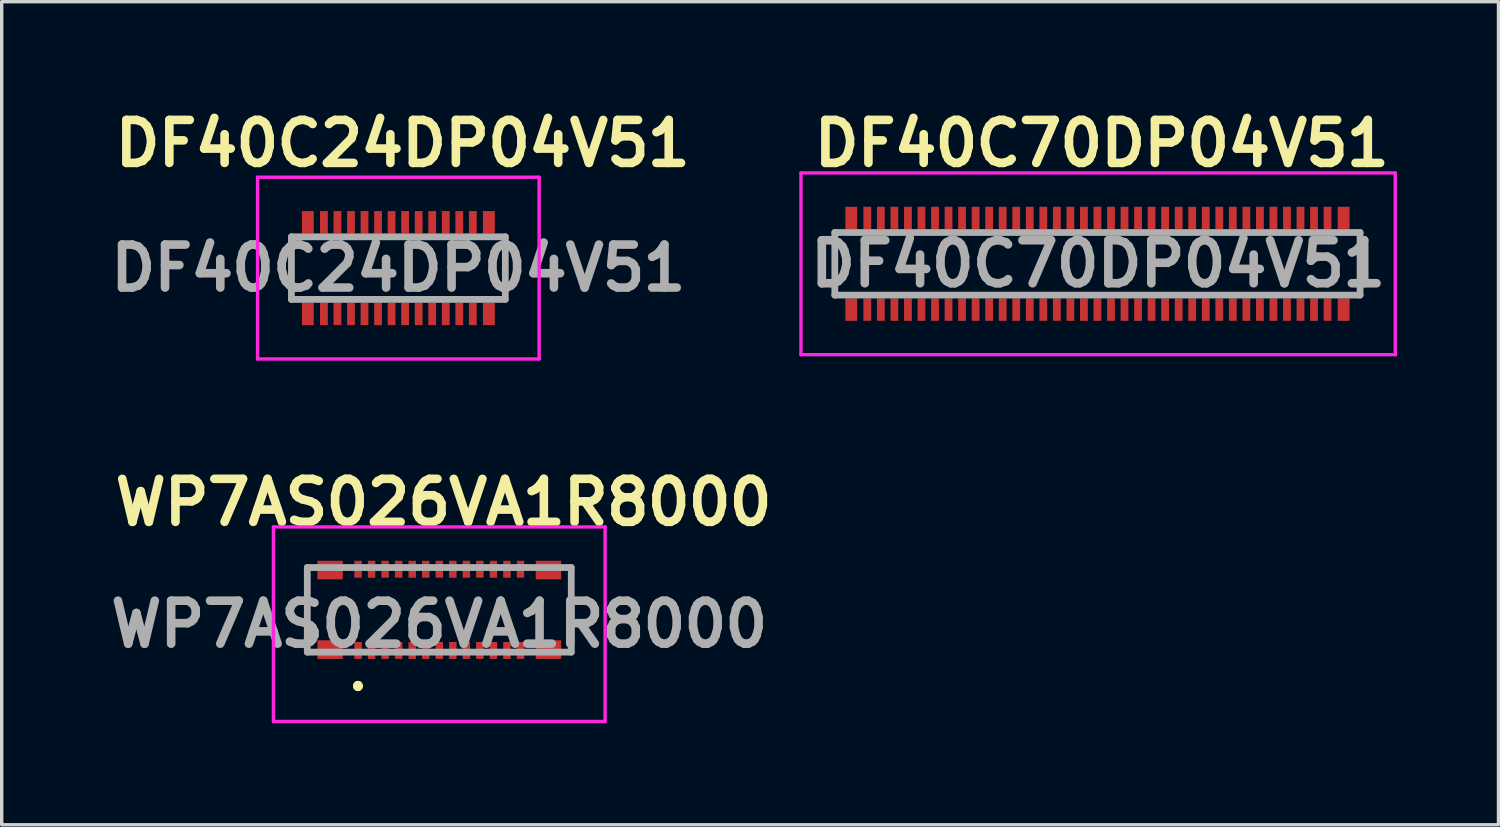
<source format=kicad_pcb>
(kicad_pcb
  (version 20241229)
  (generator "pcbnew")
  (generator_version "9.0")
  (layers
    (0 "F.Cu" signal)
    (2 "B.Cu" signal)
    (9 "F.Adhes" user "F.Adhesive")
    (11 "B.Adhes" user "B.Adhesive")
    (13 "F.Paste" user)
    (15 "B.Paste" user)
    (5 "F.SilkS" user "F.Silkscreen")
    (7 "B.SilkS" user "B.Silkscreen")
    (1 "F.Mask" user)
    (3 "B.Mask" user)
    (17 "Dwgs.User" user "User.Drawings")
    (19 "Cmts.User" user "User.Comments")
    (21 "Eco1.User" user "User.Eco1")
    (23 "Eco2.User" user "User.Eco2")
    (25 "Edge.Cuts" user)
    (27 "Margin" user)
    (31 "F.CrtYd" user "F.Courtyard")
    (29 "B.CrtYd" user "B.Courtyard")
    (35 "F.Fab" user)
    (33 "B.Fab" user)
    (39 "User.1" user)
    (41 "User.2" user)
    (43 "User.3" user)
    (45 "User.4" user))
  (footprint "DF40C24DP04V51"
    (layer "F.Cu")
    (at 8.721 4.872)
    (property "Reference" "DF40C24DP04V51" (at 0.127 -3.683 0) (layer "F.SilkS") (effects (font (size 1.27 1.27) (thickness 0.254))))
    (attr smd)
    (fp_line (start -3.16 -0.925) (end -3.16 0.925) (stroke (width 0.1) (type solid)) (layer "F.SilkS"))
    (fp_line (start 3.16 -0.925) (end 3.16 0.925) (stroke (width 0.1) (type solid)) (layer "F.SilkS"))
    (fp_line (start -4.16 -2.685) (end 4.16 -2.685) (stroke (width 0.1) (type solid)) (layer "F.CrtYd"))
    (fp_line (start -4.16 2.685) (end -4.16 -2.685) (stroke (width 0.1) (type solid)) (layer "F.CrtYd"))
    (fp_line (start 4.16 -2.685) (end 4.16 2.685) (stroke (width 0.1) (type solid)) (layer "F.CrtYd"))
    (fp_line (start 4.16 2.685) (end -4.16 2.685) (stroke (width 0.1) (type solid)) (layer "F.CrtYd"))
    (fp_line (start -3.16 -0.925) (end 3.16 -0.925) (stroke (width 0.2) (type solid)) (layer "F.Fab"))
    (fp_line (start -3.16 0.925) (end -3.16 -0.925) (stroke (width 0.2) (type solid)) (layer "F.Fab"))
    (fp_line (start 3.16 -0.925) (end 3.16 0.925) (stroke (width 0.2) (type solid)) (layer "F.Fab"))
    (fp_line (start 3.16 0.925) (end -3.16 0.925) (stroke (width 0.2) (type solid)) (layer "F.Fab"))
    (fp_text user "${REFERENCE}" (at 0 0 0) (layer "F.Fab") (effects (font (size 1.27 1.27) (thickness 0.254))))
    (pad "1" smd rect (at -2.2 1.355) (size 0.23 0.66) (layers "F.Cu" "F.Mask" "F.Paste"))
    (pad "2" smd rect (at -2.2 -1.355) (size 0.23 0.66) (layers "F.Cu" "F.Mask" "F.Paste"))
    (pad "3" smd rect (at -1.8 1.355) (size 0.23 0.66) (layers "F.Cu" "F.Mask" "F.Paste"))
    (pad "4" smd rect (at -1.8 -1.355) (size 0.23 0.66) (layers "F.Cu" "F.Mask" "F.Paste"))
    (pad "5" smd rect (at -1.4 1.355) (size 0.23 0.66) (layers "F.Cu" "F.Mask" "F.Paste"))
    (pad "6" smd rect (at -1.4 -1.355) (size 0.23 0.66) (layers "F.Cu" "F.Mask" "F.Paste"))
    (pad "7" smd rect (at -1 1.355) (size 0.23 0.66) (layers "F.Cu" "F.Mask" "F.Paste"))
    (pad "8" smd rect (at -1 -1.355) (size 0.23 0.66) (layers "F.Cu" "F.Mask" "F.Paste"))
    (pad "9" smd rect (at -0.6 1.355) (size 0.23 0.66) (layers "F.Cu" "F.Mask" "F.Paste"))
    (pad "10" smd rect (at -0.6 -1.355) (size 0.23 0.66) (layers "F.Cu" "F.Mask" "F.Paste"))
    (pad "11" smd rect (at -0.2 1.355) (size 0.23 0.66) (layers "F.Cu" "F.Mask" "F.Paste"))
    (pad "12" smd rect (at -0.2 -1.355) (size 0.23 0.66) (layers "F.Cu" "F.Mask" "F.Paste"))
    (pad "13" smd rect (at 0.2 1.355) (size 0.23 0.66) (layers "F.Cu" "F.Mask" "F.Paste"))
    (pad "14" smd rect (at 0.2 -1.355) (size 0.23 0.66) (layers "F.Cu" "F.Mask" "F.Paste"))
    (pad "15" smd rect (at 0.6 1.355) (size 0.23 0.66) (layers "F.Cu" "F.Mask" "F.Paste"))
    (pad "16" smd rect (at 0.6 -1.355) (size 0.23 0.66) (layers "F.Cu" "F.Mask" "F.Paste"))
    (pad "17" smd rect (at 1 1.355) (size 0.23 0.66) (layers "F.Cu" "F.Mask" "F.Paste"))
    (pad "18" smd rect (at 1 -1.355) (size 0.23 0.66) (layers "F.Cu" "F.Mask" "F.Paste"))
    (pad "19" smd rect (at 1.4 1.355) (size 0.23 0.66) (layers "F.Cu" "F.Mask" "F.Paste"))
    (pad "20" smd rect (at 1.4 -1.355) (size 0.23 0.66) (layers "F.Cu" "F.Mask" "F.Paste"))
    (pad "21" smd rect (at 1.8 1.355) (size 0.23 0.66) (layers "F.Cu" "F.Mask" "F.Paste"))
    (pad "22" smd rect (at 1.8 -1.355) (size 0.23 0.66) (layers "F.Cu" "F.Mask" "F.Paste"))
    (pad "23" smd rect (at 2.2 1.355) (size 0.23 0.66) (layers "F.Cu" "F.Mask" "F.Paste"))
    (pad "24" smd rect (at 2.2 -1.355) (size 0.23 0.66) (layers "F.Cu" "F.Mask" "F.Paste"))
    (pad "MP1" smd rect (at -2.675 1.355) (size 0.35 0.66) (layers "F.Cu" "F.Mask" "F.Paste"))
    (pad "MP2" smd rect (at -2.675 -1.355) (size 0.35 0.66) (layers "F.Cu" "F.Mask" "F.Paste"))
    (pad "MP3" smd rect (at 2.675 1.355) (size 0.35 0.66) (layers "F.Cu" "F.Mask" "F.Paste"))
    (pad "MP4" smd rect (at 2.675 -1.355) (size 0.35 0.66) (layers "F.Cu" "F.Mask" "F.Paste")))
  (footprint "DF40C70DP04V51"
    (layer "F.Cu")
    (at 29.378 4.745)
    (property "Reference" "DF40C70DP04V51" (at 0.127 -3.556 0) (layer "F.SilkS") (effects (font (size 1.27 1.27) (thickness 0.254))))
    (attr smd)
    (fp_line (start -7.76 0.8) (end -7.76 -0.8) (stroke (width 0.1) (type solid)) (layer "F.SilkS"))
    (fp_line (start 7.8 0.8) (end 7.76 -0.8) (stroke (width 0.1) (type solid)) (layer "F.SilkS"))
    (fp_line (start -8.76 -2.685) (end 8.8 -2.685) (stroke (width 0.1) (type solid)) (layer "F.CrtYd"))
    (fp_line (start -8.76 2.685) (end -8.76 -2.685) (stroke (width 0.1) (type solid)) (layer "F.CrtYd"))
    (fp_line (start 8.8 -2.685) (end 8.8 2.685) (stroke (width 0.1) (type solid)) (layer "F.CrtYd"))
    (fp_line (start 8.8 2.685) (end -8.76 2.685) (stroke (width 0.1) (type solid)) (layer "F.CrtYd"))
    (fp_line (start -7.76 -0.925) (end 7.76 -0.925) (stroke (width 0.2) (type solid)) (layer "F.Fab"))
    (fp_line (start -7.76 0.925) (end -7.76 -0.925) (stroke (width 0.2) (type solid)) (layer "F.Fab"))
    (fp_line (start 7.76 -0.925) (end 7.76 0.925) (stroke (width 0.2) (type solid)) (layer "F.Fab"))
    (fp_line (start 7.76 0.925) (end -7.76 0.925) (stroke (width 0.2) (type solid)) (layer "F.Fab"))
    (fp_text user "${REFERENCE}" (at 0.02 0 0) (layer "F.Fab") (effects (font (size 1.27 1.27) (thickness 0.254))))
    (pad "1" smd rect (at -6.8 1.355) (size 0.23 0.66) (layers "F.Cu" "F.Mask" "F.Paste"))
    (pad "2" smd rect (at -6.8 -1.355) (size 0.23 0.66) (layers "F.Cu" "F.Mask" "F.Paste"))
    (pad "3" smd rect (at -6.4 1.355) (size 0.23 0.66) (layers "F.Cu" "F.Mask" "F.Paste"))
    (pad "4" smd rect (at -6.4 -1.355) (size 0.23 0.66) (layers "F.Cu" "F.Mask" "F.Paste"))
    (pad "5" smd rect (at -6 1.355) (size 0.23 0.66) (layers "F.Cu" "F.Mask" "F.Paste"))
    (pad "6" smd rect (at -6 -1.355) (size 0.23 0.66) (layers "F.Cu" "F.Mask" "F.Paste"))
    (pad "7" smd rect (at -5.6 1.355) (size 0.23 0.66) (layers "F.Cu" "F.Mask" "F.Paste"))
    (pad "8" smd rect (at -5.6 -1.355) (size 0.23 0.66) (layers "F.Cu" "F.Mask" "F.Paste"))
    (pad "9" smd rect (at -5.2 1.355) (size 0.23 0.66) (layers "F.Cu" "F.Mask" "F.Paste"))
    (pad "10" smd rect (at -5.2 -1.355) (size 0.23 0.66) (layers "F.Cu" "F.Mask" "F.Paste"))
    (pad "11" smd rect (at -4.8 1.355) (size 0.23 0.66) (layers "F.Cu" "F.Mask" "F.Paste"))
    (pad "12" smd rect (at -4.8 -1.355) (size 0.23 0.66) (layers "F.Cu" "F.Mask" "F.Paste"))
    (pad "13" smd rect (at -4.4 1.355) (size 0.23 0.66) (layers "F.Cu" "F.Mask" "F.Paste"))
    (pad "14" smd rect (at -4.4 -1.355) (size 0.23 0.66) (layers "F.Cu" "F.Mask" "F.Paste"))
    (pad "15" smd rect (at -4 1.355) (size 0.23 0.66) (layers "F.Cu" "F.Mask" "F.Paste"))
    (pad "16" smd rect (at -4 -1.355) (size 0.23 0.66) (layers "F.Cu" "F.Mask" "F.Paste"))
    (pad "17" smd rect (at -3.6 1.355) (size 0.23 0.66) (layers "F.Cu" "F.Mask" "F.Paste"))
    (pad "18" smd rect (at -3.6 -1.355) (size 0.23 0.66) (layers "F.Cu" "F.Mask" "F.Paste"))
    (pad "19" smd rect (at -3.2 1.355) (size 0.23 0.66) (layers "F.Cu" "F.Mask" "F.Paste"))
    (pad "20" smd rect (at -3.2 -1.355) (size 0.23 0.66) (layers "F.Cu" "F.Mask" "F.Paste"))
    (pad "21" smd rect (at -2.8 1.355) (size 0.23 0.66) (layers "F.Cu" "F.Mask" "F.Paste"))
    (pad "22" smd rect (at -2.8 -1.355) (size 0.23 0.66) (layers "F.Cu" "F.Mask" "F.Paste"))
    (pad "23" smd rect (at -2.4 1.355) (size 0.23 0.66) (layers "F.Cu" "F.Mask" "F.Paste"))
    (pad "24" smd rect (at -2.4 -1.355) (size 0.23 0.66) (layers "F.Cu" "F.Mask" "F.Paste"))
    (pad "25" smd rect (at -2 1.355) (size 0.23 0.66) (layers "F.Cu" "F.Mask" "F.Paste"))
    (pad "26" smd rect (at -2 -1.355) (size 0.23 0.66) (layers "F.Cu" "F.Mask" "F.Paste"))
    (pad "27" smd rect (at -1.6 1.355) (size 0.23 0.66) (layers "F.Cu" "F.Mask" "F.Paste"))
    (pad "28" smd rect (at -1.6 -1.355) (size 0.23 0.66) (layers "F.Cu" "F.Mask" "F.Paste"))
    (pad "29" smd rect (at -1.2 1.355) (size 0.23 0.66) (layers "F.Cu" "F.Mask" "F.Paste"))
    (pad "30" smd rect (at -1.2 -1.355) (size 0.23 0.66) (layers "F.Cu" "F.Mask" "F.Paste"))
    (pad "31" smd rect (at -0.8 1.355) (size 0.23 0.66) (layers "F.Cu" "F.Mask" "F.Paste"))
    (pad "32" smd rect (at -0.8 -1.355) (size 0.23 0.66) (layers "F.Cu" "F.Mask" "F.Paste"))
    (pad "33" smd rect (at -0.4 1.355) (size 0.23 0.66) (layers "F.Cu" "F.Mask" "F.Paste"))
    (pad "34" smd rect (at -0.4 -1.355) (size 0.23 0.66) (layers "F.Cu" "F.Mask" "F.Paste"))
    (pad "35" smd rect (at 0 1.355) (size 0.23 0.66) (layers "F.Cu" "F.Mask" "F.Paste"))
    (pad "36" smd rect (at 0 -1.355) (size 0.23 0.66) (layers "F.Cu" "F.Mask" "F.Paste"))
    (pad "37" smd rect (at 0.4 1.355) (size 0.23 0.66) (layers "F.Cu" "F.Mask" "F.Paste"))
    (pad "38" smd rect (at 0.4 -1.355) (size 0.23 0.66) (layers "F.Cu" "F.Mask" "F.Paste"))
    (pad "39" smd rect (at 0.8 1.355) (size 0.23 0.66) (layers "F.Cu" "F.Mask" "F.Paste"))
    (pad "40" smd rect (at 0.8 -1.355) (size 0.23 0.66) (layers "F.Cu" "F.Mask" "F.Paste"))
    (pad "41" smd rect (at 1.2 1.355) (size 0.23 0.66) (layers "F.Cu" "F.Mask" "F.Paste"))
    (pad "42" smd rect (at 1.2 -1.355) (size 0.23 0.66) (layers "F.Cu" "F.Mask" "F.Paste"))
    (pad "43" smd rect (at 1.6 1.355) (size 0.23 0.66) (layers "F.Cu" "F.Mask" "F.Paste"))
    (pad "44" smd rect (at 1.6 -1.355) (size 0.23 0.66) (layers "F.Cu" "F.Mask" "F.Paste"))
    (pad "45" smd rect (at 2 1.355) (size 0.23 0.66) (layers "F.Cu" "F.Mask" "F.Paste"))
    (pad "46" smd rect (at 2 -1.355) (size 0.23 0.66) (layers "F.Cu" "F.Mask" "F.Paste"))
    (pad "47" smd rect (at 2.4 1.355) (size 0.23 0.66) (layers "F.Cu" "F.Mask" "F.Paste"))
    (pad "48" smd rect (at 2.4 -1.355) (size 0.23 0.66) (layers "F.Cu" "F.Mask" "F.Paste"))
    (pad "49" smd rect (at 2.8 1.355) (size 0.23 0.66) (layers "F.Cu" "F.Mask" "F.Paste"))
    (pad "50" smd rect (at 2.8 -1.355) (size 0.23 0.66) (layers "F.Cu" "F.Mask" "F.Paste"))
    (pad "51" smd rect (at 3.2 1.355) (size 0.23 0.66) (layers "F.Cu" "F.Mask" "F.Paste"))
    (pad "52" smd rect (at 3.2 -1.355) (size 0.23 0.66) (layers "F.Cu" "F.Mask" "F.Paste"))
    (pad "53" smd rect (at 3.6 1.355) (size 0.23 0.66) (layers "F.Cu" "F.Mask" "F.Paste"))
    (pad "54" smd rect (at 3.6 -1.355) (size 0.23 0.66) (layers "F.Cu" "F.Mask" "F.Paste"))
    (pad "55" smd rect (at 4 1.355) (size 0.23 0.66) (layers "F.Cu" "F.Mask" "F.Paste"))
    (pad "56" smd rect (at 4 -1.355) (size 0.23 0.66) (layers "F.Cu" "F.Mask" "F.Paste"))
    (pad "57" smd rect (at 4.4 1.355) (size 0.23 0.66) (layers "F.Cu" "F.Mask" "F.Paste"))
    (pad "58" smd rect (at 4.4 -1.355) (size 0.23 0.66) (layers "F.Cu" "F.Mask" "F.Paste"))
    (pad "59" smd rect (at 4.8 1.355) (size 0.23 0.66) (layers "F.Cu" "F.Mask" "F.Paste"))
    (pad "60" smd rect (at 4.8 -1.355) (size 0.23 0.66) (layers "F.Cu" "F.Mask" "F.Paste"))
    (pad "61" smd rect (at 5.2 1.355) (size 0.23 0.66) (layers "F.Cu" "F.Mask" "F.Paste"))
    (pad "62" smd rect (at 5.2 -1.355) (size 0.23 0.66) (layers "F.Cu" "F.Mask" "F.Paste"))
    (pad "63" smd rect (at 5.6 1.355) (size 0.23 0.66) (layers "F.Cu" "F.Mask" "F.Paste"))
    (pad "64" smd rect (at 5.6 -1.355) (size 0.23 0.66) (layers "F.Cu" "F.Mask" "F.Paste"))
    (pad "65" smd rect (at 6 1.355) (size 0.23 0.66) (layers "F.Cu" "F.Mask" "F.Paste"))
    (pad "66" smd rect (at 6 -1.355) (size 0.23 0.66) (layers "F.Cu" "F.Mask" "F.Paste"))
    (pad "67" smd rect (at 6.4 1.355) (size 0.23 0.66) (layers "F.Cu" "F.Mask" "F.Paste"))
    (pad "68" smd rect (at 6.4 -1.355) (size 0.23 0.66) (layers "F.Cu" "F.Mask" "F.Paste"))
    (pad "69" smd rect (at 6.8 1.355) (size 0.23 0.66) (layers "F.Cu" "F.Mask" "F.Paste"))
    (pad "70" smd rect (at 6.8 -1.355) (size 0.23 0.66) (layers "F.Cu" "F.Mask" "F.Paste"))
    (pad "MP1" smd rect (at 7.275 1.355) (size 0.35 0.66) (layers "F.Cu" "F.Mask" "F.Paste"))
    (pad "MP2" smd rect (at 7.275 -1.355) (size 0.35 0.66) (layers "F.Cu" "F.Mask" "F.Paste"))
    (pad "MP3" smd rect (at -7.275 -1.355) (size 0.35 0.66) (layers "F.Cu" "F.Mask" "F.Paste"))
    (pad "MP4" smd rect (at -7.275 1.355) (size 0.35 0.66) (layers "F.Cu" "F.Mask" "F.Paste")))
  (footprint "WP7AS026VA1R8000"
    (layer "F.Cu")
    (at 9.93 14.97)
    (property "Reference" "WP7AS026VA1R8000" (at 0.127 -3.175 0) (layer "F.SilkS") (effects (font (size 1.27 1.27) (thickness 0.254))))
    (attr smd)
    (fp_line (start -3.9 -0.5) (end -3.9 -0.5) (stroke (width 0.1) (type solid)) (layer "F.SilkS"))
    (fp_line (start -3.9 -0.5) (end -3.9 0.5) (stroke (width 0.1) (type solid)) (layer "F.SilkS"))
    (fp_line (start -3.9 0.5) (end -3.9 -0.5) (stroke (width 0.1) (type solid)) (layer "F.SilkS"))
    (fp_line (start -3.9 0.5) (end -3.9 0.5) (stroke (width 0.1) (type solid)) (layer "F.SilkS"))
    (fp_line (start -2.4 2.2) (end -2.4 2.2) (stroke (width 0.2) (type solid)) (layer "F.SilkS"))
    (fp_line (start -2.4 2.2) (end -2.4 2.2) (stroke (width 0.2) (type solid)) (layer "F.SilkS"))
    (fp_line (start -2.4 2.3) (end -2.4 2.3) (stroke (width 0.2) (type solid)) (layer "F.SilkS"))
    (fp_line (start 3.9 -0.5) (end 3.9 -0.5) (stroke (width 0.1) (type solid)) (layer "F.SilkS"))
    (fp_line (start 3.9 -0.5) (end 3.9 0.5) (stroke (width 0.1) (type solid)) (layer "F.SilkS"))
    (fp_line (start 3.9 0.5) (end 3.9 -0.5) (stroke (width 0.1) (type solid)) (layer "F.SilkS"))
    (fp_line (start 3.9 0.5) (end 3.9 0.5) (stroke (width 0.1) (type solid)) (layer "F.SilkS"))
    (fp_arc (start -2.4 2.2) (mid -2.35 2.25) (end -2.4 2.3) (stroke (width 0.2) (type solid)) (layer "F.SilkS"))
    (fp_arc (start -2.4 2.3) (mid -2.45 2.25) (end -2.4 2.2) (stroke (width 0.2) (type solid)) (layer "F.SilkS"))
    (fp_arc (start -2.4 2.3) (mid -2.45 2.25) (end -2.4 2.2) (stroke (width 0.2) (type solid)) (layer "F.SilkS"))
    (fp_line (start -4.9 -2.45) (end 4.9 -2.45) (stroke (width 0.1) (type solid)) (layer "F.CrtYd"))
    (fp_line (start -4.9 3.3) (end -4.9 -2.45) (stroke (width 0.1) (type solid)) (layer "F.CrtYd"))
    (fp_line (start 4.9 -2.45) (end 4.9 3.3) (stroke (width 0.1) (type solid)) (layer "F.CrtYd"))
    (fp_line (start 4.9 3.3) (end -4.9 3.3) (stroke (width 0.1) (type solid)) (layer "F.CrtYd"))
    (fp_line (start -3.9 -1.25) (end -3.9 1.25) (stroke (width 0.2) (type solid)) (layer "F.Fab"))
    (fp_line (start -3.9 1.25) (end 3.9 1.25) (stroke (width 0.2) (type solid)) (layer "F.Fab"))
    (fp_line (start 3.9 -1.25) (end -3.9 -1.25) (stroke (width 0.2) (type solid)) (layer "F.Fab"))
    (fp_line (start 3.9 1.25) (end 3.9 -1.25) (stroke (width 0.2) (type solid)) (layer "F.Fab"))
    (fp_text user "${REFERENCE}" (at 0 0.425 0) (layer "F.Fab") (effects (font (size 1.27 1.27) (thickness 0.254))))
    (pad "1" smd rect (at -2.4 1.2) (size 0.22 0.5) (layers "F.Cu" "F.Mask" "F.Paste"))
    (pad "2" smd rect (at -2.4 -1.2) (size 0.22 0.5) (layers "F.Cu" "F.Mask" "F.Paste"))
    (pad "3" smd rect (at -2 1.2) (size 0.22 0.5) (layers "F.Cu" "F.Mask" "F.Paste"))
    (pad "4" smd rect (at -2 -1.2) (size 0.22 0.5) (layers "F.Cu" "F.Mask" "F.Paste"))
    (pad "5" smd rect (at -1.6 1.2) (size 0.22 0.5) (layers "F.Cu" "F.Mask" "F.Paste"))
    (pad "6" smd rect (at -1.6 -1.2) (size 0.22 0.5) (layers "F.Cu" "F.Mask" "F.Paste"))
    (pad "7" smd rect (at -1.2 1.2) (size 0.22 0.5) (layers "F.Cu" "F.Mask" "F.Paste"))
    (pad "8" smd rect (at -1.2 -1.2) (size 0.22 0.5) (layers "F.Cu" "F.Mask" "F.Paste"))
    (pad "9" smd rect (at -0.8 1.2) (size 0.22 0.5) (layers "F.Cu" "F.Mask" "F.Paste"))
    (pad "10" smd rect (at -0.8 -1.2) (size 0.22 0.5) (layers "F.Cu" "F.Mask" "F.Paste"))
    (pad "11" smd rect (at -0.4 1.2) (size 0.22 0.5) (layers "F.Cu" "F.Mask" "F.Paste"))
    (pad "12" smd rect (at -0.4 -1.2) (size 0.22 0.5) (layers "F.Cu" "F.Mask" "F.Paste"))
    (pad "13" smd rect (at 0 1.2) (size 0.22 0.5) (layers "F.Cu" "F.Mask" "F.Paste"))
    (pad "14" smd rect (at 0 -1.2) (size 0.22 0.5) (layers "F.Cu" "F.Mask" "F.Paste"))
    (pad "15" smd rect (at 0.4 1.2) (size 0.22 0.5) (layers "F.Cu" "F.Mask" "F.Paste"))
    (pad "16" smd rect (at 0.4 -1.2) (size 0.22 0.5) (layers "F.Cu" "F.Mask" "F.Paste"))
    (pad "17" smd rect (at 0.8 1.2) (size 0.22 0.5) (layers "F.Cu" "F.Mask" "F.Paste"))
    (pad "18" smd rect (at 0.8 -1.2) (size 0.22 0.5) (layers "F.Cu" "F.Mask" "F.Paste"))
    (pad "19" smd rect (at 1.2 1.2) (size 0.22 0.5) (layers "F.Cu" "F.Mask" "F.Paste"))
    (pad "20" smd rect (at 1.2 -1.2) (size 0.22 0.5) (layers "F.Cu" "F.Mask" "F.Paste"))
    (pad "21" smd rect (at 1.6 1.2) (size 0.22 0.5) (layers "F.Cu" "F.Mask" "F.Paste"))
    (pad "22" smd rect (at 1.6 -1.2) (size 0.22 0.5) (layers "F.Cu" "F.Mask" "F.Paste"))
    (pad "23" smd rect (at 2 1.2) (size 0.22 0.5) (layers "F.Cu" "F.Mask" "F.Paste"))
    (pad "24" smd rect (at 2 -1.2) (size 0.22 0.5) (layers "F.Cu" "F.Mask" "F.Paste"))
    (pad "25" smd rect (at 2.4 1.2) (size 0.22 0.5) (layers "F.Cu" "F.Mask" "F.Paste"))
    (pad "26" smd rect (at 2.4 -1.2) (size 0.22 0.5) (layers "F.Cu" "F.Mask" "F.Paste"))
    (pad "MP1" smd rect (at -3.225 1.175 90) (size 0.55 0.75) (layers "F.Cu" "F.Mask" "F.Paste"))
    (pad "MP2" smd rect (at -3.225 -1.175 90) (size 0.55 0.75) (layers "F.Cu" "F.Mask" "F.Paste"))
    (pad "MP3" smd rect (at 3.225 1.175 90) (size 0.55 0.75) (layers "F.Cu" "F.Mask" "F.Paste"))
    (pad "MP4" smd rect (at 3.225 -1.175 90) (size 0.55 0.75) (layers "F.Cu" "F.Mask" "F.Paste")))
  (gr_rect
    (start -3 -3)
    (end 41.228 21.32)
    (stroke (width 0.1) (type default))
    (fill no)
    (layer "Edge.Cuts")))
</source>
